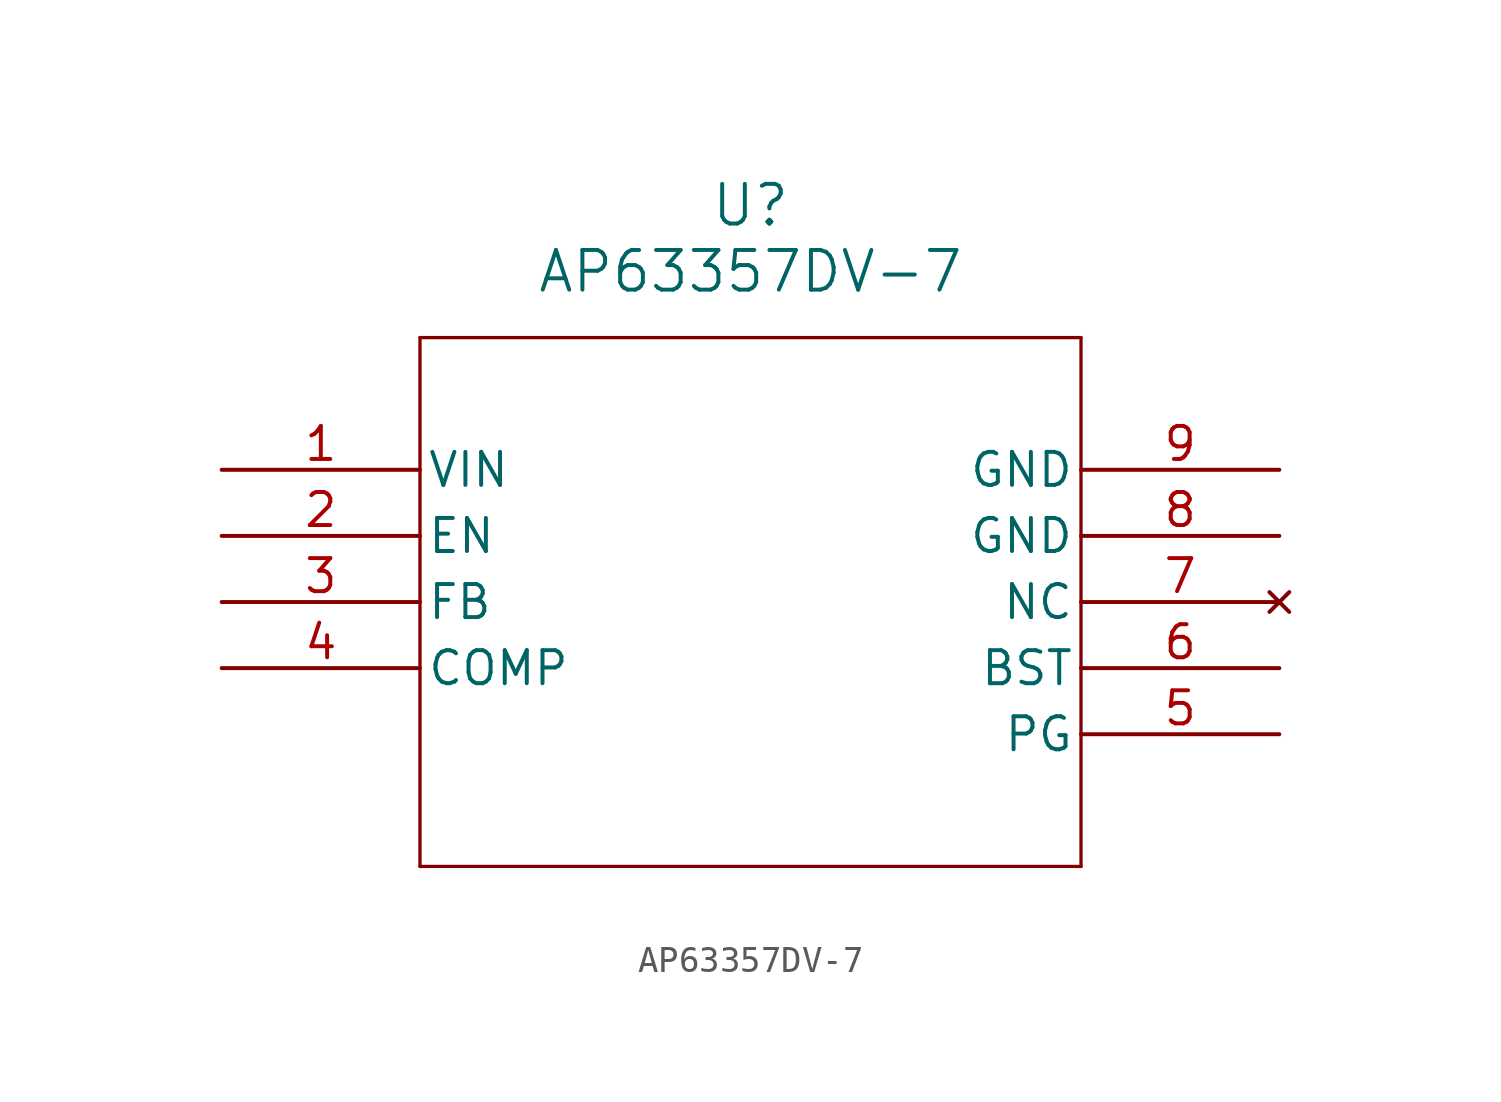
<source format=kicad_sym>
(kicad_symbol_lib
  (version 20211014)
  (generator kicad_symbol_editor)
  (symbol "AP63357DV-7"
    (pin_names
      (offset 0.254))
    (property "Reference" "U"
      (at 20.32 10.16 0)
      (effects (font (size 1.524 1.524))))
    (property "Value" "AP63357DV-7"
      (at 20.32 7.62 0)
      (effects (font (size 1.524 1.524))))
    (symbol "AP63357DV-7_0_1"
      (polyline (pts (xy 7.62 5.08) (xy 7.62 -15.24)) (stroke (width 0.127) (type default) (color 0 0 0 0)) (fill (type none)))
      (polyline (pts (xy 7.62 -15.24) (xy 33.02 -15.24)) (stroke (width 0.127) (type default) (color 0 0 0 0)) (fill (type none)))
      (polyline (pts (xy 33.02 -15.24) (xy 33.02 5.08)) (stroke (width 0.127) (type default) (color 0 0 0 0)) (fill (type none)))
      (polyline (pts (xy 33.02 5.08) (xy 7.62 5.08)) (stroke (width 0.127) (type default) (color 0 0 0 0)) (fill (type none)))
      (pin power_in line (at 0 0 0) (length 7.62) (name "VIN" (effects (font (size 1.27 1.27)))) (number "1" (effects (font (size 1.27 1.27)))))
      (pin input line (at 0 -2.54 0) (length 7.62) (name "EN" (effects (font (size 1.27 1.27)))) (number "2" (effects (font (size 1.27 1.27)))))
      (pin unspecified line (at 0 -5.08 0) (length 7.62) (name "FB" (effects (font (size 1.27 1.27)))) (number "3" (effects (font (size 1.27 1.27)))))
      (pin unspecified line (at 0 -7.62 0) (length 7.62) (name "COMP" (effects (font (size 1.27 1.27)))) (number "4" (effects (font (size 1.27 1.27)))))
      (pin unspecified line (at 40.64 -10.16 180) (length 7.62) (name "PG" (effects (font (size 1.27 1.27)))) (number "5" (effects (font (size 1.27 1.27)))))
      (pin input line (at 40.64 -7.62 180) (length 7.62) (name "BST" (effects (font (size 1.27 1.27)))) (number "6" (effects (font (size 1.27 1.27)))))
      (pin no_connect line (at 40.64 -5.08 180) (length 7.62) (name "NC" (effects (font (size 1.27 1.27)))) (number "7" (effects (font (size 1.27 1.27)))))
      (pin power_out line (at 40.64 -2.54 180) (length 7.62) (name "GND" (effects (font (size 1.27 1.27)))) (number "8" (effects (font (size 1.27 1.27)))))
      (pin power_out line (at 40.64 0 180) (length 7.62) (name "GND" (effects (font (size 1.27 1.27)))) (number "9" (effects (font (size 1.27 1.27))))))))
</source>
